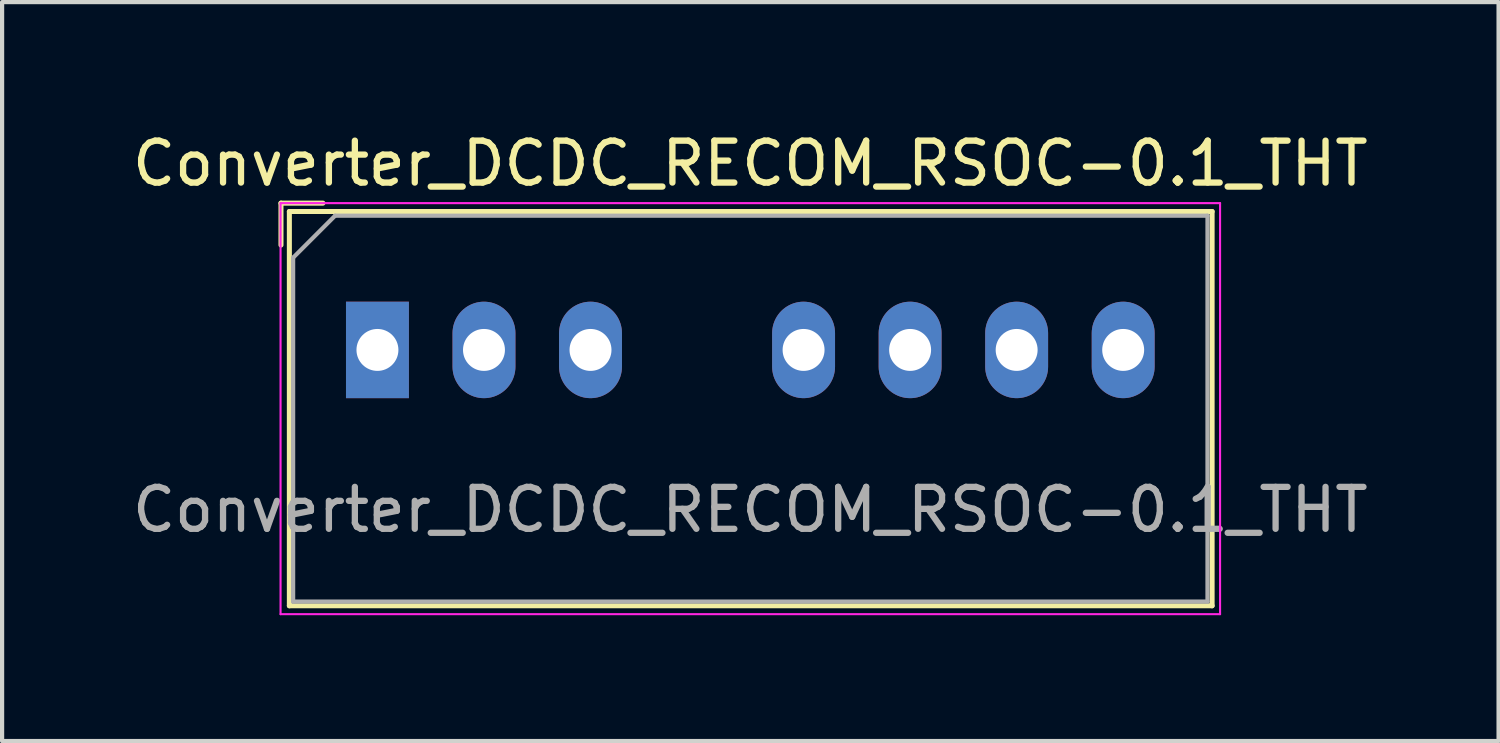
<source format=kicad_pcb>
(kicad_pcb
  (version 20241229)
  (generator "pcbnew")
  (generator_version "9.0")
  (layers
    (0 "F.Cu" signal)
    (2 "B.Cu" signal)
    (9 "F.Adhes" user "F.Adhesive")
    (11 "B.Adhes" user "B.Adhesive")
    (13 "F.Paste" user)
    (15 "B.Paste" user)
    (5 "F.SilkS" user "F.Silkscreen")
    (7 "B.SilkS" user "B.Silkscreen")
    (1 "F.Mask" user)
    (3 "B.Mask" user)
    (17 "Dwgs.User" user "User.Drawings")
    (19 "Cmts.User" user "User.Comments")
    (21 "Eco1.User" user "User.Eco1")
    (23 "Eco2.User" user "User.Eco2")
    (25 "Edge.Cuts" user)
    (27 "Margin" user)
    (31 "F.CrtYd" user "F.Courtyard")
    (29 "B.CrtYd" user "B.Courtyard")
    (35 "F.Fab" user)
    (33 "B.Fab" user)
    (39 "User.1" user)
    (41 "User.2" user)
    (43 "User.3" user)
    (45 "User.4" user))
  (footprint "Converter_DCDC_RECOM_RSOC-0.1_THT"
    (layer "F.Cu")
    (at 5.949 5.293)
    (property "Reference" "Converter_DCDC_RECOM_RSOC-0.1_THT" (at 8.89 -4.445 0) (layer "F.SilkS") (effects (font (size 1 1) (thickness 0.15))))
    (attr through_hole)
    (fp_line (start -2.3 -3.5) (end -2.3 -2.5) (stroke (width 0.12) (type solid)) (layer "F.SilkS"))
    (fp_line (start -2.1 -3.3) (end -2.1 6.1) (stroke (width 0.12) (type solid)) (layer "F.SilkS"))
    (fp_line (start -2.1 -3.3) (end 19.9 -3.3) (stroke (width 0.12) (type solid)) (layer "F.SilkS"))
    (fp_line (start -2.1 6.1) (end 19.9 6.1) (stroke (width 0.12) (type solid)) (layer "F.SilkS"))
    (fp_line (start -1.3 -3.5) (end -2.3 -3.5) (stroke (width 0.12) (type solid)) (layer "F.SilkS"))
    (fp_line (start 19.9 -3.3) (end 19.9 6.1) (stroke (width 0.12) (type solid)) (layer "F.SilkS"))
    (fp_line (start -2.31 -3.5) (end -2.31 6.3) (stroke (width 0.05) (type solid)) (layer "F.CrtYd"))
    (fp_line (start -2.31 6.3) (end 20.09 6.3) (stroke (width 0.05) (type solid)) (layer "F.CrtYd"))
    (fp_line (start 20.09 -3.5) (end -2.31 -3.5) (stroke (width 0.05) (type solid)) (layer "F.CrtYd"))
    (fp_line (start 20.09 6.3) (end 20.09 -3.5) (stroke (width 0.05) (type solid)) (layer "F.CrtYd"))
    (fp_line (start -2.01 -2.2) (end -1.01 -3.2) (stroke (width 0.1) (type default)) (layer "F.Fab"))
    (fp_line (start -2.01 6) (end -2.01 -2.2) (stroke (width 0.1) (type solid)) (layer "F.Fab"))
    (fp_line (start -1.01 -3.2) (end 19.79 -3.2) (stroke (width 0.1) (type solid)) (layer "F.Fab"))
    (fp_line (start 19.79 -3.2) (end 19.79 6) (stroke (width 0.1) (type solid)) (layer "F.Fab"))
    (fp_line (start 19.79 6) (end -2.01 6) (stroke (width 0.1) (type solid)) (layer "F.Fab"))
    (fp_text user "${REFERENCE}" (at 8.89 3.81 0) (layer "F.Fab") (effects (font (size 1 1) (thickness 0.15))))
    (pad "1" thru_hole rect (at 0 0) (size 1.5 2.3) (drill 1) (layers "*.Cu" "*.Mask"))
    (pad "2" thru_hole oval (at 2.54 0) (size 1.5 2.3) (drill 1) (layers "*.Cu" "*.Mask"))
    (pad "3" thru_hole oval (at 5.08 0) (size 1.5 2.3) (drill 1) (layers "*.Cu" "*.Mask"))
    (pad "5" thru_hole oval (at 10.16 0) (size 1.5 2.3) (drill 1) (layers "*.Cu" "*.Mask"))
    (pad "6" thru_hole oval (at 12.7 0) (size 1.5 2.3) (drill 1) (layers "*.Cu" "*.Mask"))
    (pad "7" thru_hole oval (at 15.24 0) (size 1.5 2.3) (drill 1) (layers "*.Cu" "*.Mask"))
    (pad "8" thru_hole oval (at 17.78 0) (size 1.5 2.3) (drill 1) (layers "*.Cu" "*.Mask")))
  (gr_rect
    (start -3 -3)
    (end 32.679 14.618)
    (stroke (width 0.1) (type default))
    (fill no)
    (layer "Edge.Cuts")))
</source>
